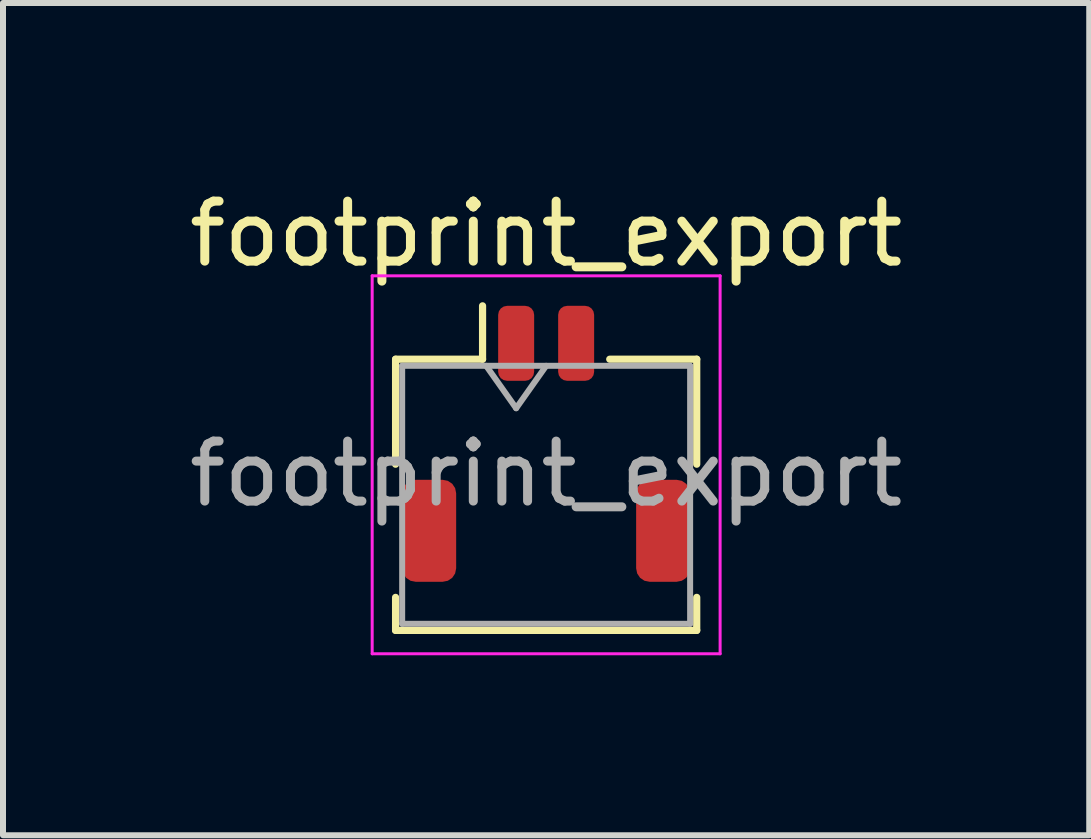
<source format=kicad_pcb>
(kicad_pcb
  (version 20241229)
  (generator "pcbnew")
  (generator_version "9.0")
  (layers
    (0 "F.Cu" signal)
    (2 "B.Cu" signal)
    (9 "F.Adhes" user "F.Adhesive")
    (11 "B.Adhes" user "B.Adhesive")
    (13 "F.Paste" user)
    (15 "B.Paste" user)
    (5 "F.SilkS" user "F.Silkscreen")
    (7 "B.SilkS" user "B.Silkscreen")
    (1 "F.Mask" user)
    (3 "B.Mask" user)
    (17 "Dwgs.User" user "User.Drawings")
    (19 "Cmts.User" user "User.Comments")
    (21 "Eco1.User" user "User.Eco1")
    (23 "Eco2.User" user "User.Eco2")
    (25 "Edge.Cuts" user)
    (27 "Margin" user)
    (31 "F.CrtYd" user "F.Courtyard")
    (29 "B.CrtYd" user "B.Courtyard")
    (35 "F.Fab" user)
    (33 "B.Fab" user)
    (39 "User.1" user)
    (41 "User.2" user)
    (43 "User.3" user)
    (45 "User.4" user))
  (footprint "footprint_export"
    (layer "F.Cu")
    (at 6.054 4.348)
    (property "Reference" "footprint_export" (at 0 -3.5 0) (layer "F.SilkS") (effects (font (size 1 1) (thickness 0.15))))
    (attr smd)
    (fp_line (start -2.51 -1.41) (end -1.06 -1.41) (stroke (width 0.12) (type solid)) (layer "F.SilkS"))
    (fp_line (start -2.51 0.34) (end -2.51 -1.41) (stroke (width 0.12) (type solid)) (layer "F.SilkS"))
    (fp_line (start -2.51 2.56) (end -2.51 3.11) (stroke (width 0.12) (type solid)) (layer "F.SilkS"))
    (fp_line (start -2.51 3.11) (end 2.51 3.11) (stroke (width 0.12) (type solid)) (layer "F.SilkS"))
    (fp_line (start -1.06 -1.41) (end -1.06 -2.3) (stroke (width 0.12) (type solid)) (layer "F.SilkS"))
    (fp_line (start 2.51 -1.41) (end 1.06 -1.41) (stroke (width 0.12) (type solid)) (layer "F.SilkS"))
    (fp_line (start 2.51 0.34) (end 2.51 -1.41) (stroke (width 0.12) (type solid)) (layer "F.SilkS"))
    (fp_line (start 2.51 3.11) (end 2.51 2.56) (stroke (width 0.12) (type solid)) (layer "F.SilkS"))
    (fp_line (start -2.9 -2.8) (end -2.9 3.5) (stroke (width 0.05) (type solid)) (layer "F.CrtYd"))
    (fp_line (start -2.9 3.5) (end 2.9 3.5) (stroke (width 0.05) (type solid)) (layer "F.CrtYd"))
    (fp_line (start 2.9 -2.8) (end -2.9 -2.8) (stroke (width 0.05) (type solid)) (layer "F.CrtYd"))
    (fp_line (start 2.9 3.5) (end 2.9 -2.8) (stroke (width 0.05) (type solid)) (layer "F.CrtYd"))
    (fp_line (start -2.4 -1.3) (end -2.4 3) (stroke (width 0.1) (type solid)) (layer "F.Fab"))
    (fp_line (start -2.4 -1.3) (end 2.4 -1.3) (stroke (width 0.1) (type solid)) (layer "F.Fab"))
    (fp_line (start -2.4 3) (end 2.4 3) (stroke (width 0.1) (type solid)) (layer "F.Fab"))
    (fp_line (start -1 -1.3) (end -0.5 -0.593) (stroke (width 0.1) (type solid)) (layer "F.Fab"))
    (fp_line (start -0.5 -0.593) (end 0 -1.3) (stroke (width 0.1) (type solid)) (layer "F.Fab"))
    (fp_line (start 2.4 -1.3) (end 2.4 3) (stroke (width 0.1) (type solid)) (layer "F.Fab"))
    (fp_text user "${REFERENCE}" (at 0 0.5 0) (layer "F.Fab") (effects (font (size 1 1) (thickness 0.15))))
    (pad "1" smd roundrect (at -0.5 -1.675) (size 0.6 1.25) (layers "F.Cu" "F.Mask" "F.Paste") (roundrect_rratio 0.25))
    (pad "2" smd roundrect (at 0.5 -1.675) (size 0.6 1.25) (layers "F.Cu" "F.Mask" "F.Paste") (roundrect_rratio 0.25))
    (pad "MP" smd roundrect (at -1.95 1.45) (size 0.9 1.7) (layers "F.Cu" "F.Mask" "F.Paste") (roundrect_rratio 0.25))
    (pad "MP" smd roundrect (at 1.95 1.45) (size 0.9 1.7) (layers "F.Cu" "F.Mask" "F.Paste") (roundrect_rratio 0.25)))
  (gr_rect
    (start -3 -3)
    (end 15.107 10.873)
    (stroke (width 0.1) (type default))
    (fill no)
    (layer "Edge.Cuts")))
</source>
